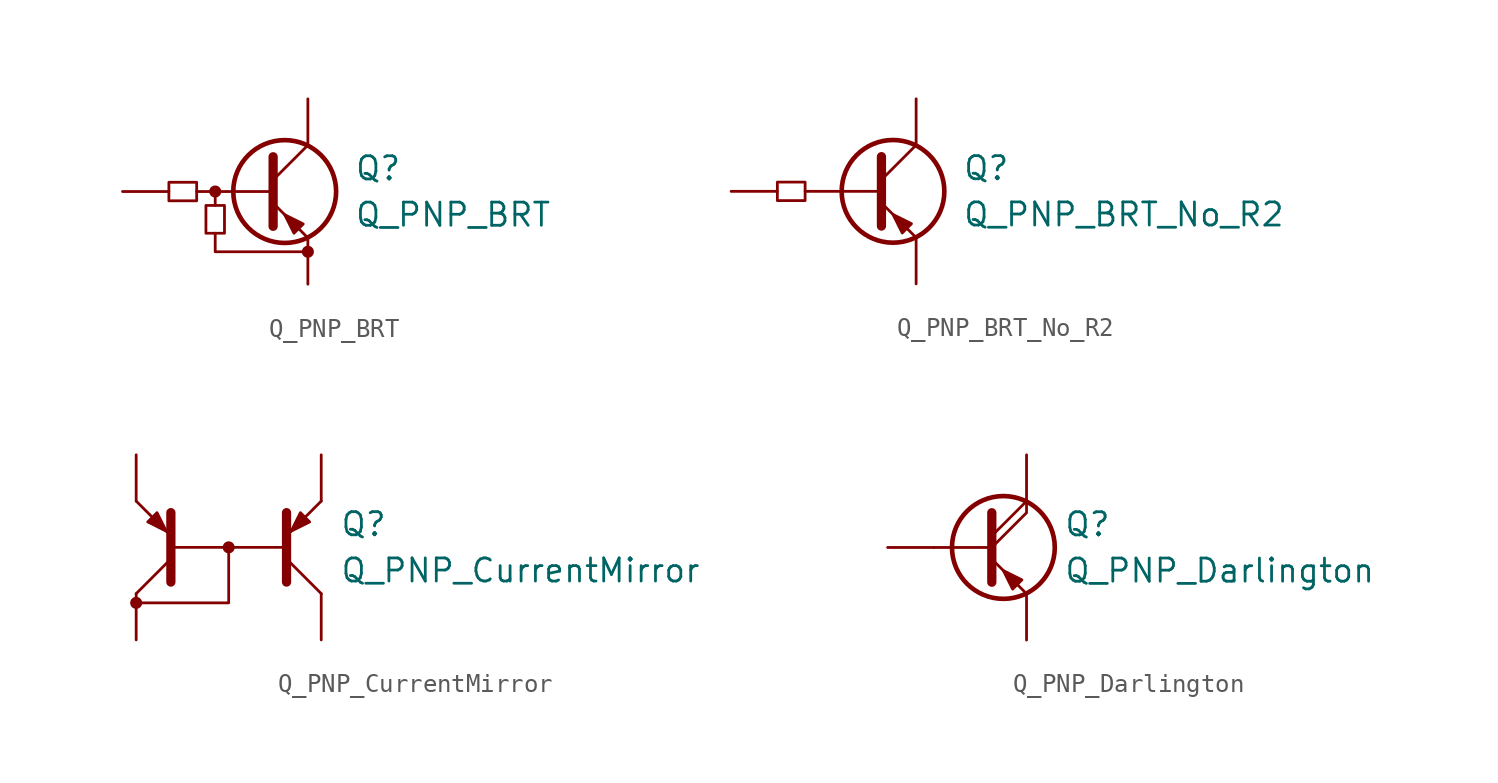
<source format=kicad_sym>
(kicad_symbol_lib
  (version 20241209)
  (generator "kicad_symbol_editor")
  (generator_version "9.0")
  (symbol "Q_PNP_BRT"
    (pin_numbers
      (hide yes))
    (pin_names
      (hide yes))
    (property "Reference" "Q"
      (at 3.81 1.27 0)
      (effects (font (size 1.27 1.27)) (justify left)))
    (property "Value" "Q_PNP_BRT"
      (at 3.81 -1.27 0)
      (effects (font (size 1.27 1.27)) (justify left)))
    (symbol "Q_PNP_BRT_0_1"
      (rectangle (start -6.35 0.508) (end -4.826 -0.508) (stroke (width 0) (type default)) (fill (type none)))
      (rectangle (start -4.318 -2.286) (end -3.302 -0.762) (stroke (width 0) (type default)) (fill (type none)))
      (circle (center -3.81 0) (radius 0.254) (stroke (width 0) (type default)) (fill (type outline)))
      (polyline (pts (xy -3.81 -0.762) (xy -3.81 0)) (stroke (width 0) (type default)) (fill (type none)))
      (polyline (pts (xy -3.81 -2.286) (xy -3.81 -3.302) (xy 1.27 -3.302)) (stroke (width 0) (type default)) (fill (type none)))
      (polyline (pts (xy -0.762 0) (xy -4.826 0)) (stroke (width 0) (type default)) (fill (type none)))
      (polyline (pts (xy -0.635 1.905) (xy -0.635 -1.905)) (stroke (width 0.508) (type default)) (fill (type none)))
      (polyline (pts (xy -0.635 0.635) (xy 1.27 2.54)) (stroke (width 0) (type default)) (fill (type none)))
      (polyline (pts (xy -0.635 -0.635) (xy 1.27 -2.54)) (stroke (width 0) (type default)) (fill (type none)))
      (polyline (pts (xy 1.016 -1.778) (xy 0.508 -2.286) (xy 0 -1.27) (xy 1.016 -1.778)) (stroke (width 0) (type default)) (fill (type outline)))
      (circle (center 1.27 -3.302) (radius 0.254) (stroke (width 0) (type default)) (fill (type outline))))
    (symbol "Q_PNP_BRT_1_1"
      (circle (center 0 0) (radius 2.819) (stroke (width 0.254) (type default)) (fill (type none)))
      (pin input line (at -8.89 0 0) (length 2.54) (name "B" (effects (font (size 1.27 1.27)))) (number "B" (effects (font (size 1.27 1.27)))))
      (pin passive line (at 1.27 5.08 270) (length 2.54) (name "C" (effects (font (size 1.27 1.27)))) (number "C" (effects (font (size 1.27 1.27)))))
      (pin passive line (at 1.27 -5.08 90) (length 2.54) (name "E" (effects (font (size 1.27 1.27)))) (number "E" (effects (font (size 1.27 1.27)))))))
  (symbol "Q_PNP_BRT_No_R2"
    (pin_numbers
      (hide yes))
    (pin_names
      (hide yes))
    (property "Reference" "Q"
      (at 3.81 1.27 0)
      (effects (font (size 1.27 1.27)) (justify left)))
    (property "Value" "Q_PNP_BRT_No_R2"
      (at 3.81 -1.27 0)
      (effects (font (size 1.27 1.27)) (justify left)))
    (symbol "Q_PNP_BRT_No_R2_0_1"
      (rectangle (start -6.35 0.508) (end -4.826 -0.508) (stroke (width 0) (type default)) (fill (type none)))
      (polyline (pts (xy -4.826 0) (xy -0.635 0)) (stroke (width 0) (type default)) (fill (type none)))
      (polyline (pts (xy -0.635 1.905) (xy -0.635 -1.905)) (stroke (width 0.508) (type default)) (fill (type none)))
      (polyline (pts (xy -0.635 0.635) (xy 1.27 2.54)) (stroke (width 0) (type default)) (fill (type none)))
      (polyline (pts (xy -0.635 -0.635) (xy 1.27 -2.54)) (stroke (width 0) (type default)) (fill (type none)))
      (polyline (pts (xy 1.016 -1.778) (xy 0.508 -2.286) (xy 0 -1.27) (xy 1.016 -1.778)) (stroke (width 0) (type default)) (fill (type outline))))
    (symbol "Q_PNP_BRT_No_R2_1_1"
      (circle (center 0 0) (radius 2.819) (stroke (width 0.254) (type default)) (fill (type none)))
      (pin input line (at -8.89 0 0) (length 2.54) (name "B" (effects (font (size 1.27 1.27)))) (number "B" (effects (font (size 1.27 1.27)))))
      (pin passive line (at 1.27 5.08 270) (length 2.54) (name "C" (effects (font (size 1.27 1.27)))) (number "C" (effects (font (size 1.27 1.27)))))
      (pin passive line (at 1.27 -5.08 90) (length 2.54) (name "E" (effects (font (size 1.27 1.27)))) (number "E" (effects (font (size 1.27 1.27)))))))
  (symbol "Q_PNP_CurrentMirror"
    (pin_numbers
      (hide yes))
    (pin_names
      (offset 0)
      (hide yes))
    (property "Reference" "Q"
      (at 6.096 1.27 0)
      (effects (font (size 1.27 1.27)) (justify left)))
    (property "Value" "Q_PNP_CurrentMirror"
      (at 6.096 -1.27 0)
      (effects (font (size 1.27 1.27)) (justify left)))
    (symbol "Q_PNP_CurrentMirror_0_1"
      (polyline (pts (xy -5.08 2.54) (xy -3.175 0.635)) (stroke (width 0) (type default)) (fill (type none)))
      (polyline (pts (xy -5.08 -2.54) (xy -3.175 -0.635)) (stroke (width 0) (type default)) (fill (type none)))
      (circle (center -5.08 -3.048) (radius 0.254) (stroke (width 0) (type default)) (fill (type outline)))
      (polyline (pts (xy -3.937 1.905) (xy -4.445 1.397) (xy -3.429 0.889) (xy -3.937 1.905)) (stroke (width 0) (type default)) (fill (type outline)))
      (polyline (pts (xy -3.175 -1.905) (xy -3.175 1.905)) (stroke (width 0.508) (type default)) (fill (type outline)))
      (polyline (pts (xy 0 0) (xy 0 -3.048) (xy -5.08 -3.048)) (stroke (width 0) (type default)) (fill (type none)))
      (circle (center 0 0) (radius 0.254) (stroke (width 0) (type default)) (fill (type outline)))
      (polyline (pts (xy 3.175 0) (xy -3.175 0)) (stroke (width 0) (type default)) (fill (type none)))
      (polyline (pts (xy 3.175 -1.905) (xy 3.175 1.905)) (stroke (width 0.508) (type default)) (fill (type outline)))
      (polyline (pts (xy 3.937 1.905) (xy 4.445 1.397) (xy 3.429 0.889) (xy 3.937 1.905)) (stroke (width 0) (type default)) (fill (type outline)))
      (polyline (pts (xy 5.08 2.54) (xy 3.175 0.635)) (stroke (width 0) (type default)) (fill (type none)))
      (polyline (pts (xy 5.08 -2.54) (xy 3.175 -0.635)) (stroke (width 0) (type default)) (fill (type none))))
    (symbol "Q_PNP_CurrentMirror_1_1"
      (pin passive line (at -5.08 5.08 270) (length 2.54) (name "E2" (effects (font (size 1.27 1.27)))) (number "E2" (effects (font (size 1.27 1.27)))))
      (pin passive line (at -5.08 -5.08 90) (length 2.54) (name "C2" (effects (font (size 1.27 1.27)))) (number "C2" (effects (font (size 1.27 1.27)))))
      (pin passive line (at 5.08 5.08 270) (length 2.54) (name "E1" (effects (font (size 1.27 1.27)))) (number "E1" (effects (font (size 1.27 1.27)))))
      (pin passive line (at 5.08 -5.08 90) (length 2.54) (name "C1" (effects (font (size 1.27 1.27)))) (number "C1" (effects (font (size 1.27 1.27)))))))
  (symbol "Q_PNP_Darlington"
    (pin_numbers
      (hide yes))
    (pin_names
      (offset 0)
      (hide yes))
    (property "Reference" "Q"
      (at 4.572 1.27 0)
      (effects (font (size 1.27 1.27)) (justify left)))
    (property "Value" "Q_PNP_Darlington"
      (at 4.572 -1.27 0)
      (effects (font (size 1.27 1.27)) (justify left)))
    (symbol "Q_PNP_Darlington_0_1"
      (polyline (pts (xy -2.54 0) (xy 0.635 0)) (stroke (width 0) (type default)) (fill (type none)))
      (polyline (pts (xy 0.635 1.905) (xy 0.635 -1.905)) (stroke (width 0.508) (type default)) (fill (type none)))
      (polyline (pts (xy 0.635 0.635) (xy 2.54 2.54)) (stroke (width 0) (type default)) (fill (type none)))
      (polyline (pts (xy 0.635 0) (xy 2.54 1.905) (xy 2.54 2.54)) (stroke (width 0) (type default)) (fill (type none)))
      (polyline (pts (xy 0.635 -0.635) (xy 2.54 -2.54)) (stroke (width 0) (type default)) (fill (type none)))
      (circle (center 1.27 0) (radius 2.819) (stroke (width 0.254) (type default)) (fill (type none)))
      (polyline (pts (xy 2.286 -1.778) (xy 1.778 -2.286) (xy 1.27 -1.27) (xy 2.286 -1.778)) (stroke (width 0) (type default)) (fill (type outline))))
    (symbol "Q_PNP_Darlington_1_1"
      (pin input line (at -5.08 0 0) (length 2.54) (name "B" (effects (font (size 1.27 1.27)))) (number "B" (effects (font (size 1.27 1.27)))))
      (pin passive line (at 2.54 5.08 270) (length 2.54) (name "C" (effects (font (size 1.27 1.27)))) (number "C" (effects (font (size 1.27 1.27)))))
      (pin passive line (at 2.54 -5.08 90) (length 2.54) (name "E" (effects (font (size 1.27 1.27)))) (number "E" (effects (font (size 1.27 1.27))))))))
</source>
